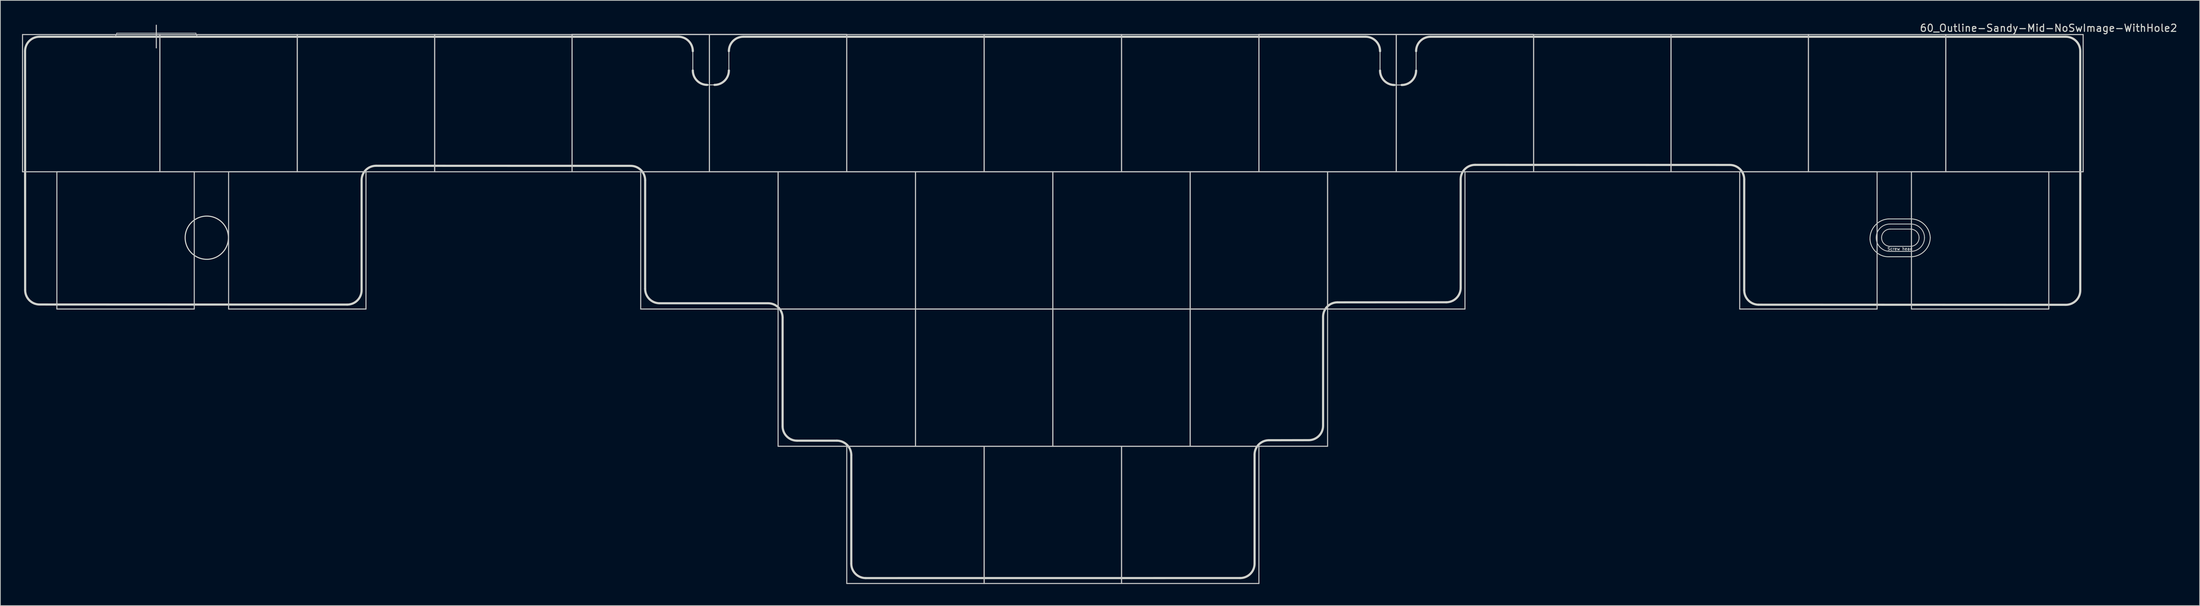
<source format=kicad_pcb>
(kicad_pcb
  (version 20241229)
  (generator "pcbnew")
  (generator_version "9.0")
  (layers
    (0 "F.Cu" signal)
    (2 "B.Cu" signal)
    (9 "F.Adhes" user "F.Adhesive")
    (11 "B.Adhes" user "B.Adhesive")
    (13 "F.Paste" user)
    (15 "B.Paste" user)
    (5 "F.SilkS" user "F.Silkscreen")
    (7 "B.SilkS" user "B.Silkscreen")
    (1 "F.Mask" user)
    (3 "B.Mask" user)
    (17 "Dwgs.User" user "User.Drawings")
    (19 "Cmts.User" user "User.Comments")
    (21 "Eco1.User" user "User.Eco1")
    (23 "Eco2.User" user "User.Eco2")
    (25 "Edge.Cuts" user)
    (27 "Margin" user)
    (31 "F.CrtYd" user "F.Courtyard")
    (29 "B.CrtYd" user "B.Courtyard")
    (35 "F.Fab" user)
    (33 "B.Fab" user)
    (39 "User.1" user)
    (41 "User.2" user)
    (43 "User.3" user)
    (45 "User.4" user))
  (footprint "60_Outline-Sandy-Mid-NoSwImage-WithHole2"
    (layer "F.Cu")
    (at 142.925 49.348)
    (property "Reference" "60_Outline-Sandy-Mid-NoSwImage-WithHole2" (at 138.1 -48.5 0) (layer "Edge.Cuts") (effects (font (size 1 1) (thickness 0.15))))
    (attr through_hole)
    (fp_line (start -142.85 -47.6) (end -123.8 -47.6) (stroke (width 0.15) (type solid)) (layer "Dwgs.User"))
    (fp_line (start -142.85 -28.55) (end -142.85 -47.6) (stroke (width 0.15) (type solid)) (layer "Dwgs.User"))
    (fp_line (start -138.088 -28.55) (end -119.037 -28.55) (stroke (width 0.15) (type solid)) (layer "Dwgs.User"))
    (fp_line (start -138.088 -9.5) (end -138.088 -28.55) (stroke (width 0.15) (type solid)) (layer "Dwgs.User"))
    (fp_line (start -129.8 -47.8) (end -118.8 -47.8) (stroke (width 0.1) (type solid)) (layer "Dwgs.User"))
    (fp_line (start -124.3 -48.9) (end -124.3 -45.75) (stroke (width 0.15) (type solid)) (layer "Dwgs.User"))
    (fp_line (start -123.8 -47.6) (end -123.8 -28.55) (stroke (width 0.15) (type solid)) (layer "Dwgs.User"))
    (fp_line (start -123.8 -47.6) (end -104.75 -47.6) (stroke (width 0.15) (type solid)) (layer "Dwgs.User"))
    (fp_line (start -123.8 -28.55) (end -142.85 -28.55) (stroke (width 0.15) (type solid)) (layer "Dwgs.User"))
    (fp_line (start -123.8 -28.55) (end -123.8 -47.6) (stroke (width 0.15) (type solid)) (layer "Dwgs.User"))
    (fp_line (start -119.037 -28.55) (end -119.037 -9.5) (stroke (width 0.15) (type solid)) (layer "Dwgs.User"))
    (fp_line (start -119.037 -9.5) (end -138.088 -9.5) (stroke (width 0.15) (type solid)) (layer "Dwgs.User"))
    (fp_line (start -114.275 -28.55) (end -95.225 -28.55) (stroke (width 0.15) (type solid)) (layer "Dwgs.User"))
    (fp_line (start -114.275 -9.5) (end -114.275 -28.55) (stroke (width 0.15) (type solid)) (layer "Dwgs.User"))
    (fp_line (start -104.75 -47.6) (end -104.75 -28.55) (stroke (width 0.15) (type solid)) (layer "Dwgs.User"))
    (fp_line (start -104.75 -47.6) (end -85.7 -47.6) (stroke (width 0.15) (type solid)) (layer "Dwgs.User"))
    (fp_line (start -104.75 -28.55) (end -123.8 -28.55) (stroke (width 0.15) (type solid)) (layer "Dwgs.User"))
    (fp_line (start -104.75 -28.55) (end -104.75 -47.6) (stroke (width 0.15) (type solid)) (layer "Dwgs.User"))
    (fp_line (start -95.225 -28.55) (end -95.225 -9.5) (stroke (width 0.15) (type solid)) (layer "Dwgs.User"))
    (fp_line (start -95.225 -9.5) (end -114.275 -9.5) (stroke (width 0.15) (type solid)) (layer "Dwgs.User"))
    (fp_line (start -85.7 -47.6) (end -85.7 -28.55) (stroke (width 0.15) (type solid)) (layer "Dwgs.User"))
    (fp_line (start -85.7 -47.6) (end -66.65 -47.6) (stroke (width 0.15) (type solid)) (layer "Dwgs.User"))
    (fp_line (start -85.7 -28.55) (end -104.75 -28.55) (stroke (width 0.15) (type solid)) (layer "Dwgs.User"))
    (fp_line (start -85.7 -28.55) (end -85.7 -47.6) (stroke (width 0.15) (type solid)) (layer "Dwgs.User"))
    (fp_line (start -66.675 -47.625) (end -47.625 -47.625) (stroke (width 0.15) (type solid)) (layer "Dwgs.User"))
    (fp_line (start -66.65 -47.6) (end -66.65 -28.55) (stroke (width 0.15) (type solid)) (layer "Dwgs.User"))
    (fp_line (start -66.65 -47.6) (end -47.6 -47.6) (stroke (width 0.15) (type solid)) (layer "Dwgs.User"))
    (fp_line (start -66.65 -28.55) (end -85.7 -28.55) (stroke (width 0.15) (type solid)) (layer "Dwgs.User"))
    (fp_line (start -66.65 -28.55) (end -66.65 -47.6) (stroke (width 0.15) (type solid)) (layer "Dwgs.User"))
    (fp_line (start -57.125 -28.55) (end -38.075 -28.55) (stroke (width 0.15) (type solid)) (layer "Dwgs.User"))
    (fp_line (start -57.125 -9.5) (end -57.125 -28.55) (stroke (width 0.15) (type solid)) (layer "Dwgs.User"))
    (fp_line (start -47.625 -47.625) (end -28.575 -47.625) (stroke (width 0.15) (type solid)) (layer "Dwgs.User"))
    (fp_line (start -47.6 -47.6) (end -47.6 -28.55) (stroke (width 0.15) (type solid)) (layer "Dwgs.User"))
    (fp_line (start -47.6 -47.6) (end -28.55 -47.6) (stroke (width 0.15) (type solid)) (layer "Dwgs.User"))
    (fp_line (start -47.6 -28.55) (end -66.65 -28.55) (stroke (width 0.15) (type solid)) (layer "Dwgs.User"))
    (fp_line (start -47.6 -28.55) (end -47.6 -47.6) (stroke (width 0.15) (type solid)) (layer "Dwgs.User"))
    (fp_line (start -38.075 -28.55) (end -38.075 -9.5) (stroke (width 0.15) (type solid)) (layer "Dwgs.User"))
    (fp_line (start -38.075 -28.55) (end -19.025 -28.55) (stroke (width 0.15) (type solid)) (layer "Dwgs.User"))
    (fp_line (start -38.075 -9.5) (end -57.125 -9.5) (stroke (width 0.15) (type solid)) (layer "Dwgs.User"))
    (fp_line (start -38.075 -9.5) (end -38.075 -28.55) (stroke (width 0.15) (type solid)) (layer "Dwgs.User"))
    (fp_line (start -38.075 -9.5) (end -19.025 -9.5) (stroke (width 0.15) (type solid)) (layer "Dwgs.User"))
    (fp_line (start -38.075 9.55) (end -38.075 -9.5) (stroke (width 0.15) (type solid)) (layer "Dwgs.User"))
    (fp_line (start -28.55 -47.6) (end -28.55 -28.55) (stroke (width 0.15) (type solid)) (layer "Dwgs.User"))
    (fp_line (start -28.55 -47.6) (end -9.5 -47.6) (stroke (width 0.15) (type solid)) (layer "Dwgs.User"))
    (fp_line (start -28.55 -28.55) (end -47.6 -28.55) (stroke (width 0.15) (type solid)) (layer "Dwgs.User"))
    (fp_line (start -28.55 -28.55) (end -28.55 -47.6) (stroke (width 0.15) (type solid)) (layer "Dwgs.User"))
    (fp_line (start -28.55 9.55) (end -9.5 9.55) (stroke (width 0.15) (type solid)) (layer "Dwgs.User"))
    (fp_line (start -28.55 28.6) (end -28.55 9.55) (stroke (width 0.15) (type solid)) (layer "Dwgs.User"))
    (fp_line (start -19.025 -28.55) (end -19.025 -9.5) (stroke (width 0.15) (type solid)) (layer "Dwgs.User"))
    (fp_line (start -19.025 -28.55) (end 0.025 -28.55) (stroke (width 0.15) (type solid)) (layer "Dwgs.User"))
    (fp_line (start -19.025 -9.5) (end -38.075 -9.5) (stroke (width 0.15) (type solid)) (layer "Dwgs.User"))
    (fp_line (start -19.025 -9.5) (end -19.025 -28.55) (stroke (width 0.15) (type solid)) (layer "Dwgs.User"))
    (fp_line (start -19.025 -9.5) (end -19.025 9.55) (stroke (width 0.15) (type solid)) (layer "Dwgs.User"))
    (fp_line (start -19.025 -9.5) (end 0.025 -9.5) (stroke (width 0.15) (type solid)) (layer "Dwgs.User"))
    (fp_line (start -19.025 9.55) (end -38.075 9.55) (stroke (width 0.15) (type solid)) (layer "Dwgs.User"))
    (fp_line (start -19.025 9.55) (end -19.025 -9.5) (stroke (width 0.15) (type solid)) (layer "Dwgs.User"))
    (fp_line (start -9.5 -47.6) (end -9.5 -28.55) (stroke (width 0.15) (type solid)) (layer "Dwgs.User"))
    (fp_line (start -9.5 -47.6) (end 9.55 -47.6) (stroke (width 0.15) (type solid)) (layer "Dwgs.User"))
    (fp_line (start -9.5 -28.55) (end -28.55 -28.55) (stroke (width 0.15) (type solid)) (layer "Dwgs.User"))
    (fp_line (start -9.5 -28.55) (end -9.5 -47.6) (stroke (width 0.15) (type solid)) (layer "Dwgs.User"))
    (fp_line (start -9.5 9.55) (end -9.5 28.6) (stroke (width 0.15) (type solid)) (layer "Dwgs.User"))
    (fp_line (start -9.5 9.55) (end 9.55 9.55) (stroke (width 0.15) (type solid)) (layer "Dwgs.User"))
    (fp_line (start -9.5 28.6) (end -28.55 28.6) (stroke (width 0.15) (type solid)) (layer "Dwgs.User"))
    (fp_line (start -9.5 28.6) (end -9.5 9.55) (stroke (width 0.15) (type solid)) (layer "Dwgs.User"))
    (fp_line (start 0.025 -28.55) (end 0.025 -9.5) (stroke (width 0.15) (type solid)) (layer "Dwgs.User"))
    (fp_line (start 0.025 -28.55) (end 19.075 -28.55) (stroke (width 0.15) (type solid)) (layer "Dwgs.User"))
    (fp_line (start 0.025 -9.5) (end -19.025 -9.5) (stroke (width 0.15) (type solid)) (layer "Dwgs.User"))
    (fp_line (start 0.025 -9.5) (end 0.025 -28.55) (stroke (width 0.15) (type solid)) (layer "Dwgs.User"))
    (fp_line (start 0.025 -9.5) (end 0.025 9.55) (stroke (width 0.15) (type solid)) (layer "Dwgs.User"))
    (fp_line (start 0.025 -9.5) (end 19.075 -9.5) (stroke (width 0.15) (type solid)) (layer "Dwgs.User"))
    (fp_line (start 0.025 9.55) (end -19.025 9.55) (stroke (width 0.15) (type solid)) (layer "Dwgs.User"))
    (fp_line (start 0.025 9.55) (end 0.025 -9.5) (stroke (width 0.15) (type solid)) (layer "Dwgs.User"))
    (fp_line (start 9.55 -47.6) (end 9.55 -28.55) (stroke (width 0.15) (type solid)) (layer "Dwgs.User"))
    (fp_line (start 9.55 -47.6) (end 28.6 -47.6) (stroke (width 0.15) (type solid)) (layer "Dwgs.User"))
    (fp_line (start 9.55 -28.55) (end -9.5 -28.55) (stroke (width 0.15) (type solid)) (layer "Dwgs.User"))
    (fp_line (start 9.55 -28.55) (end 9.55 -47.6) (stroke (width 0.15) (type solid)) (layer "Dwgs.User"))
    (fp_line (start 9.55 9.55) (end 9.55 28.6) (stroke (width 0.15) (type solid)) (layer "Dwgs.User"))
    (fp_line (start 9.55 9.55) (end 28.6 9.55) (stroke (width 0.15) (type solid)) (layer "Dwgs.User"))
    (fp_line (start 9.55 28.6) (end -9.5 28.6) (stroke (width 0.15) (type solid)) (layer "Dwgs.User"))
    (fp_line (start 9.55 28.6) (end 9.55 9.55) (stroke (width 0.15) (type solid)) (layer "Dwgs.User"))
    (fp_line (start 19.075 -28.55) (end 19.075 -9.5) (stroke (width 0.15) (type solid)) (layer "Dwgs.User"))
    (fp_line (start 19.075 -28.55) (end 38.125 -28.55) (stroke (width 0.15) (type solid)) (layer "Dwgs.User"))
    (fp_line (start 19.075 -9.5) (end 0.025 -9.5) (stroke (width 0.15) (type solid)) (layer "Dwgs.User"))
    (fp_line (start 19.075 -9.5) (end 19.075 -28.55) (stroke (width 0.15) (type solid)) (layer "Dwgs.User"))
    (fp_line (start 19.075 -9.5) (end 19.075 9.55) (stroke (width 0.15) (type solid)) (layer "Dwgs.User"))
    (fp_line (start 19.075 -9.5) (end 38.125 -9.5) (stroke (width 0.15) (type solid)) (layer "Dwgs.User"))
    (fp_line (start 19.075 9.55) (end 0.025 9.55) (stroke (width 0.15) (type solid)) (layer "Dwgs.User"))
    (fp_line (start 19.075 9.55) (end 19.075 -9.5) (stroke (width 0.15) (type solid)) (layer "Dwgs.User"))
    (fp_line (start 28.575 -47.625) (end 47.625 -47.625) (stroke (width 0.15) (type solid)) (layer "Dwgs.User"))
    (fp_line (start 28.6 -47.6) (end 28.6 -28.55) (stroke (width 0.15) (type solid)) (layer "Dwgs.User"))
    (fp_line (start 28.6 -47.6) (end 47.65 -47.6) (stroke (width 0.15) (type solid)) (layer "Dwgs.User"))
    (fp_line (start 28.6 -28.55) (end 9.55 -28.55) (stroke (width 0.15) (type solid)) (layer "Dwgs.User"))
    (fp_line (start 28.6 -28.55) (end 28.6 -47.6) (stroke (width 0.15) (type solid)) (layer "Dwgs.User"))
    (fp_line (start 28.6 9.55) (end 28.6 28.6) (stroke (width 0.15) (type solid)) (layer "Dwgs.User"))
    (fp_line (start 28.6 28.6) (end 9.55 28.6) (stroke (width 0.15) (type solid)) (layer "Dwgs.User"))
    (fp_line (start 38.125 -28.55) (end 38.125 -9.5) (stroke (width 0.15) (type solid)) (layer "Dwgs.User"))
    (fp_line (start 38.125 -28.55) (end 57.175 -28.55) (stroke (width 0.15) (type solid)) (layer "Dwgs.User"))
    (fp_line (start 38.125 -9.5) (end 19.075 -9.5) (stroke (width 0.15) (type solid)) (layer "Dwgs.User"))
    (fp_line (start 38.125 -9.5) (end 38.125 -28.55) (stroke (width 0.15) (type solid)) (layer "Dwgs.User"))
    (fp_line (start 38.125 -9.5) (end 38.125 9.55) (stroke (width 0.15) (type solid)) (layer "Dwgs.User"))
    (fp_line (start 38.125 9.55) (end 19.075 9.55) (stroke (width 0.15) (type solid)) (layer "Dwgs.User"))
    (fp_line (start 47.625 -47.625) (end 66.675 -47.625) (stroke (width 0.15) (type solid)) (layer "Dwgs.User"))
    (fp_line (start 47.65 -47.6) (end 47.65 -28.55) (stroke (width 0.15) (type solid)) (layer "Dwgs.User"))
    (fp_line (start 47.65 -47.6) (end 66.7 -47.6) (stroke (width 0.15) (type solid)) (layer "Dwgs.User"))
    (fp_line (start 47.65 -28.55) (end 28.6 -28.55) (stroke (width 0.15) (type solid)) (layer "Dwgs.User"))
    (fp_line (start 47.65 -28.55) (end 47.65 -47.6) (stroke (width 0.15) (type solid)) (layer "Dwgs.User"))
    (fp_line (start 57.175 -28.55) (end 57.175 -9.5) (stroke (width 0.15) (type solid)) (layer "Dwgs.User"))
    (fp_line (start 57.175 -9.5) (end 38.125 -9.5) (stroke (width 0.15) (type solid)) (layer "Dwgs.User"))
    (fp_line (start 66.7 -47.6) (end 66.7 -28.55) (stroke (width 0.15) (type solid)) (layer "Dwgs.User"))
    (fp_line (start 66.7 -47.6) (end 85.75 -47.6) (stroke (width 0.15) (type solid)) (layer "Dwgs.User"))
    (fp_line (start 66.7 -28.55) (end 47.65 -28.55) (stroke (width 0.15) (type solid)) (layer "Dwgs.User"))
    (fp_line (start 66.7 -28.55) (end 66.7 -47.6) (stroke (width 0.15) (type solid)) (layer "Dwgs.User"))
    (fp_line (start 85.75 -47.6) (end 85.75 -28.55) (stroke (width 0.15) (type solid)) (layer "Dwgs.User"))
    (fp_line (start 85.75 -47.6) (end 104.8 -47.6) (stroke (width 0.15) (type solid)) (layer "Dwgs.User"))
    (fp_line (start 85.75 -28.55) (end 66.7 -28.55) (stroke (width 0.15) (type solid)) (layer "Dwgs.User"))
    (fp_line (start 85.75 -28.55) (end 85.75 -47.6) (stroke (width 0.15) (type solid)) (layer "Dwgs.User"))
    (fp_line (start 95.275 -28.55) (end 114.325 -28.55) (stroke (width 0.15) (type solid)) (layer "Dwgs.User"))
    (fp_line (start 95.275 -9.5) (end 95.275 -28.55) (stroke (width 0.15) (type solid)) (layer "Dwgs.User"))
    (fp_line (start 104.8 -47.6) (end 104.8 -28.55) (stroke (width 0.15) (type solid)) (layer "Dwgs.User"))
    (fp_line (start 104.8 -47.6) (end 123.85 -47.6) (stroke (width 0.15) (type solid)) (layer "Dwgs.User"))
    (fp_line (start 104.8 -28.55) (end 85.75 -28.55) (stroke (width 0.15) (type solid)) (layer "Dwgs.User"))
    (fp_line (start 104.8 -28.55) (end 104.8 -47.6) (stroke (width 0.15) (type solid)) (layer "Dwgs.User"))
    (fp_line (start 114.325 -28.55) (end 114.325 -9.5) (stroke (width 0.15) (type solid)) (layer "Dwgs.User"))
    (fp_line (start 114.325 -9.5) (end 95.275 -9.5) (stroke (width 0.15) (type solid)) (layer "Dwgs.User"))
    (fp_line (start 116.1 -21.3) (end 119 -21.3) (stroke (width 0.12) (type solid)) (layer "Dwgs.User"))
    (fp_line (start 116.1 -17.5) (end 119 -17.5) (stroke (width 0.12) (type solid)) (layer "Dwgs.User"))
    (fp_line (start 116.148 -20.599) (end 118.948 -20.599) (stroke (width 0.12) (type solid)) (layer "Dwgs.User"))
    (fp_line (start 118.948 -18.199) (end 116.148 -18.199) (stroke (width 0.12) (type solid)) (layer "Dwgs.User"))
    (fp_line (start 119.088 -28.55) (end 138.137 -28.55) (stroke (width 0.15) (type solid)) (layer "Dwgs.User"))
    (fp_line (start 119.088 -9.5) (end 119.088 -28.55) (stroke (width 0.15) (type solid)) (layer "Dwgs.User"))
    (fp_line (start 123.85 -47.6) (end 123.85 -28.55) (stroke (width 0.15) (type solid)) (layer "Dwgs.User"))
    (fp_line (start 123.85 -47.6) (end 142.9 -47.6) (stroke (width 0.15) (type solid)) (layer "Dwgs.User"))
    (fp_line (start 123.85 -28.55) (end 104.8 -28.55) (stroke (width 0.15) (type solid)) (layer "Dwgs.User"))
    (fp_line (start 123.85 -28.55) (end 123.85 -47.6) (stroke (width 0.15) (type solid)) (layer "Dwgs.User"))
    (fp_line (start 138.137 -28.55) (end 138.137 -9.5) (stroke (width 0.15) (type solid)) (layer "Dwgs.User"))
    (fp_line (start 138.137 -9.5) (end 119.088 -9.5) (stroke (width 0.15) (type solid)) (layer "Dwgs.User"))
    (fp_line (start 142.9 -47.6) (end 142.9 -28.55) (stroke (width 0.15) (type solid)) (layer "Dwgs.User"))
    (fp_line (start 142.9 -28.55) (end 123.85 -28.55) (stroke (width 0.15) (type solid)) (layer "Dwgs.User"))
    (fp_arc (start -129.8 -47.8) (mid -129.946447 -47.446447) (end -130.3 -47.3) (stroke (width 0.1) (type solid)) (layer "Dwgs.User"))
    (fp_arc (start -118.3 -47.3) (mid -118.653553 -47.446447) (end -118.8 -47.8) (stroke (width 0.1) (type solid)) (layer "Dwgs.User"))
    (fp_arc (start 114.2 -19.4) (mid 114.756497 -20.743503) (end 116.1 -21.3) (stroke (width 0.12) (type solid)) (layer "Dwgs.User"))
    (fp_arc (start 114.948491 -19.398514) (mid 115.299978 -20.247027) (end 116.148491 -20.598514) (stroke (width 0.12) (type solid)) (layer "Dwgs.User"))
    (fp_arc (start 116.1 -17.5) (mid 114.756497 -18.056497) (end 114.2 -19.4) (stroke (width 0.12) (type solid)) (layer "Dwgs.User"))
    (fp_arc (start 116.148491 -18.198514) (mid 115.29999 -18.550012) (end 114.948491 -19.398514) (stroke (width 0.12) (type solid)) (layer "Dwgs.User"))
    (fp_arc (start 118.948491 -20.598514) (mid 119.797046 -20.247068) (end 120.148491 -19.398514) (stroke (width 0.12) (type solid)) (layer "Dwgs.User"))
    (fp_arc (start 119 -21.3) (mid 120.343503 -20.743503) (end 120.9 -19.4) (stroke (width 0.12) (type solid)) (layer "Dwgs.User"))
    (fp_arc (start 120.148491 -19.398514) (mid 119.797035 -18.549968) (end 118.948491 -18.198514) (stroke (width 0.12) (type solid)) (layer "Dwgs.User"))
    (fp_arc (start 120.9 -19.4) (mid 120.343503 -18.056497) (end 119 -17.5) (stroke (width 0.12) (type solid)) (layer "Dwgs.User"))
    (fp_circle (center -117.3 -19.4) (end -116 -19.4) (stroke (width 0.15) (type solid)) (fill no) (layer "Eco1.User"))
    (fp_circle (center -117.3 -19.4) (end -114.9 -19.4) (stroke (width 0.15) (type solid)) (fill no) (layer "Eco1.User"))
    (fp_circle (center -47.6 -43.05) (end -45.4 -43.05) (stroke (width 0.15) (type solid)) (fill no) (layer "Eco1.User"))
    (fp_circle (center 47.65 -43.05) (end 49.85 -43.05) (stroke (width 0.15) (type solid)) (fill no) (layer "Eco1.User"))
    (fp_line (start -142.486 -12.128) (end -142.5 -45.3) (stroke (width 0.3) (type solid)) (layer "Edge.Cuts"))
    (fp_line (start -140.486 -10.128) (end -97.83 -10.114) (stroke (width 0.3) (type solid)) (layer "Edge.Cuts"))
    (fp_line (start -95.83 -12.114) (end -95.83 -27.386) (stroke (width 0.3) (type solid)) (layer "Edge.Cuts"))
    (fp_line (start -93.83 -29.386) (end -58.51 -29.375) (stroke (width 0.3) (type solid)) (layer "Edge.Cuts"))
    (fp_line (start -56.51 -12.3) (end -56.51 -27.375) (stroke (width 0.3) (type solid)) (layer "Edge.Cuts"))
    (fp_line (start -54.51 -10.3) (end -39.45 -10.3) (stroke (width 0.3) (type solid)) (layer "Edge.Cuts"))
    (fp_line (start -51.9 -47.3) (end -140.5 -47.3) (stroke (width 0.3) (type solid)) (layer "Edge.Cuts"))
    (fp_line (start -49.9 -42.614) (end -49.9 -45.3) (stroke (width 0.12) (type solid)) (layer "Edge.Cuts"))
    (fp_line (start -47.9 -40.614) (end -46.9 -40.614) (stroke (width 0.12) (type solid)) (layer "Edge.Cuts"))
    (fp_line (start -44.9 -45.3) (end -44.9 -42.614) (stroke (width 0.12) (type solid)) (layer "Edge.Cuts"))
    (fp_line (start -37.45 6.775) (end -37.45 -8.3) (stroke (width 0.3) (type solid)) (layer "Edge.Cuts"))
    (fp_line (start -35.45 8.775) (end -29.925 8.775) (stroke (width 0.3) (type solid)) (layer "Edge.Cuts"))
    (fp_line (start -27.925 25.85) (end -27.925 10.775) (stroke (width 0.3) (type solid)) (layer "Edge.Cuts"))
    (fp_line (start -25.925 27.85) (end 26 27.846) (stroke (width 0.3) (type solid)) (layer "Edge.Cuts"))
    (fp_line (start 28 25.846) (end 28 10.714) (stroke (width 0.3) (type solid)) (layer "Edge.Cuts"))
    (fp_line (start 30 8.714) (end 35.5 8.704) (stroke (width 0.3) (type solid)) (layer "Edge.Cuts"))
    (fp_line (start 37.5 6.704) (end 37.5 -8.427) (stroke (width 0.3) (type solid)) (layer "Edge.Cuts"))
    (fp_line (start 39.5 -10.427) (end 54.58 -10.437) (stroke (width 0.3) (type solid)) (layer "Edge.Cuts"))
    (fp_line (start 43.4 -47.3) (end -42.9 -47.3) (stroke (width 0.3) (type solid)) (layer "Edge.Cuts"))
    (fp_line (start 45.4 -42.6) (end 45.4 -45.3) (stroke (width 0.12) (type solid)) (layer "Edge.Cuts"))
    (fp_line (start 47.4 -40.6) (end 48.4 -40.6) (stroke (width 0.12) (type solid)) (layer "Edge.Cuts"))
    (fp_line (start 50.4 -45.3) (end 50.4 -42.6) (stroke (width 0.12) (type solid)) (layer "Edge.Cuts"))
    (fp_line (start 56.58 -12.437) (end 56.58 -27.512) (stroke (width 0.3) (type solid)) (layer "Edge.Cuts"))
    (fp_line (start 58.58 -29.512) (end 93.9 -29.502) (stroke (width 0.3) (type solid)) (layer "Edge.Cuts"))
    (fp_line (start 95.9 -12.1) (end 95.9 -27.502) (stroke (width 0.3) (type solid)) (layer "Edge.Cuts"))
    (fp_line (start 97.9 -10.1) (end 140.5 -10.086) (stroke (width 0.3) (type solid)) (layer "Edge.Cuts"))
    (fp_line (start 115.947 -22.009) (end 118.847 -22.009) (stroke (width 0.12) (type solid)) (layer "Edge.Cuts"))
    (fp_line (start 116.047 -16.759) (end 118.947 -16.759) (stroke (width 0.12) (type solid)) (layer "Edge.Cuts"))
    (fp_line (start 140.5 -47.3) (end 52.4 -47.3) (stroke (width 0.3) (type solid)) (layer "Edge.Cuts"))
    (fp_line (start 142.5 -12.086) (end 142.5 -45.3) (stroke (width 0.3) (type solid)) (layer "Edge.Cuts"))
    (fp_arc (start -142.5 -45.3) (mid -141.914214 -46.714214) (end -140.5 -47.3) (stroke (width 0.3) (type solid)) (layer "Edge.Cuts"))
    (fp_arc (start -140.485786 -10.128428) (mid -141.9 -10.714214) (end -142.485786 -12.128428) (stroke (width 0.3) (type solid)) (layer "Edge.Cuts"))
    (fp_arc (start -95.83 -27.385786) (mid -95.244214 -28.8) (end -93.83 -29.385786) (stroke (width 0.3) (type solid)) (layer "Edge.Cuts"))
    (fp_arc (start -95.83 -12.114214) (mid -96.415786 -10.7) (end -97.83 -10.114214) (stroke (width 0.3) (type solid)) (layer "Edge.Cuts"))
    (fp_arc (start -58.51 -29.375) (mid -57.095786 -28.789214) (end -56.51 -27.375) (stroke (width 0.3) (type solid)) (layer "Edge.Cuts"))
    (fp_arc (start -54.51 -10.3) (mid -55.924214 -10.885786) (end -56.51 -12.3) (stroke (width 0.3) (type solid)) (layer "Edge.Cuts"))
    (fp_arc (start -51.900001 -47.300001) (mid -50.485787 -46.714215) (end -49.900001 -45.300001) (stroke (width 0.3) (type solid)) (layer "Edge.Cuts"))
    (fp_arc (start -47.900001 -40.614221) (mid -49.314212 -41.20001) (end -49.900001 -42.614221) (stroke (width 0.3) (type solid)) (layer "Edge.Cuts"))
    (fp_arc (start -44.9 -45.3) (mid -44.314214 -46.714214) (end -42.9 -47.3) (stroke (width 0.3) (type solid)) (layer "Edge.Cuts"))
    (fp_arc (start -44.9 -42.614221) (mid -45.485779 -41.2) (end -46.9 -40.614221) (stroke (width 0.3) (type solid)) (layer "Edge.Cuts"))
    (fp_arc (start -39.45 -10.3) (mid -38.035786 -9.714214) (end -37.45 -8.3) (stroke (width 0.3) (type solid)) (layer "Edge.Cuts"))
    (fp_arc (start -35.45 8.775) (mid -36.864214 8.189214) (end -37.45 6.775) (stroke (width 0.3) (type solid)) (layer "Edge.Cuts"))
    (fp_arc (start -29.925 8.775) (mid -28.510786 9.360786) (end -27.925 10.775) (stroke (width 0.3) (type solid)) (layer "Edge.Cuts"))
    (fp_arc (start -25.925 27.85) (mid -27.339214 27.264214) (end -27.925 25.85) (stroke (width 0.3) (type solid)) (layer "Edge.Cuts"))
    (fp_arc (start 28 10.714214) (mid 28.585786 9.3) (end 30 8.714214) (stroke (width 0.3) (type solid)) (layer "Edge.Cuts"))
    (fp_arc (start 28 25.845786) (mid 27.414214 27.26) (end 26 27.845786) (stroke (width 0.3) (type solid)) (layer "Edge.Cuts"))
    (fp_arc (start 37.5 -8.427358) (mid 38.085786 -9.841572) (end 39.5 -10.427358) (stroke (width 0.3) (type solid)) (layer "Edge.Cuts"))
    (fp_arc (start 37.5 6.704214) (mid 36.914214 8.118428) (end 35.5 8.704214) (stroke (width 0.3) (type solid)) (layer "Edge.Cuts"))
    (fp_arc (start 43.4 -47.3) (mid 44.814214 -46.714214) (end 45.4 -45.3) (stroke (width 0.3) (type solid)) (layer "Edge.Cuts"))
    (fp_arc (start 47.4 -40.6) (mid 45.985791 -41.185787) (end 45.4 -42.6) (stroke (width 0.3) (type solid)) (layer "Edge.Cuts"))
    (fp_arc (start 50.400001 -45.299999) (mid 50.985787 -46.714213) (end 52.400001 -47.299999) (stroke (width 0.3) (type solid)) (layer "Edge.Cuts"))
    (fp_arc (start 50.400001 -42.6) (mid 49.81422 -41.185777) (end 48.400001 -40.6) (stroke (width 0.3) (type solid)) (layer "Edge.Cuts"))
    (fp_arc (start 56.58 -27.512358) (mid 57.165786 -28.926572) (end 58.58 -29.512358) (stroke (width 0.3) (type solid)) (layer "Edge.Cuts"))
    (fp_arc (start 56.58 -12.437358) (mid 55.994216 -11.023141) (end 54.58 -10.437358) (stroke (width 0.3) (type solid)) (layer "Edge.Cuts"))
    (fp_arc (start 93.9 -29.501572) (mid 95.314214 -28.915786) (end 95.9 -27.501572) (stroke (width 0.3) (type solid)) (layer "Edge.Cuts"))
    (fp_arc (start 97.9 -10.1) (mid 96.485781 -10.685786) (end 95.9 -12.1) (stroke (width 0.3) (type solid)) (layer "Edge.Cuts"))
    (fp_arc (start 113.347056 -19.159188) (mid 114.056802 -21.122666) (end 115.947056 -22.009188) (stroke (width 0.12) (type solid)) (layer "Edge.Cuts"))
    (fp_arc (start 116.047056 -16.759188) (mid 114.2 -17.4) (end 113.347056 -19.159188) (stroke (width 0.12) (type solid)) (layer "Edge.Cuts"))
    (fp_arc (start 118.847056 -22.009188) (mid 120.810536 -21.299444) (end 121.697056 -19.409188) (stroke (width 0.12) (type solid)) (layer "Edge.Cuts"))
    (fp_arc (start 121.697056 -19.409188) (mid 120.870888 -17.514647) (end 118.947056 -16.759188) (stroke (width 0.12) (type solid)) (layer "Edge.Cuts"))
    (fp_arc (start 140.5 -47.3) (mid 141.914214 -46.714214) (end 142.5 -45.3) (stroke (width 0.3) (type solid)) (layer "Edge.Cuts"))
    (fp_arc (start 142.5 -12.085786) (mid 141.914204 -10.671591) (end 140.5 -10.085786) (stroke (width 0.3) (type solid)) (layer "Edge.Cuts"))
    (fp_circle (center -117.3 -19.4) (end -114.3 -19.4) (stroke (width 0.15) (type solid)) (fill no) (layer "Edge.Cuts"))
    (fp_text user "Screw head" (at 117.5 -17.85 0) (layer "Dwgs.User") (effects (font (size 0.4 0.4) (thickness 0.08)))))
  (gr_rect
    (start -3 -3)
    (end 301.983 81.023)
    (stroke (width 0.1) (type default))
    (fill no)
    (layer "Edge.Cuts")))
</source>
